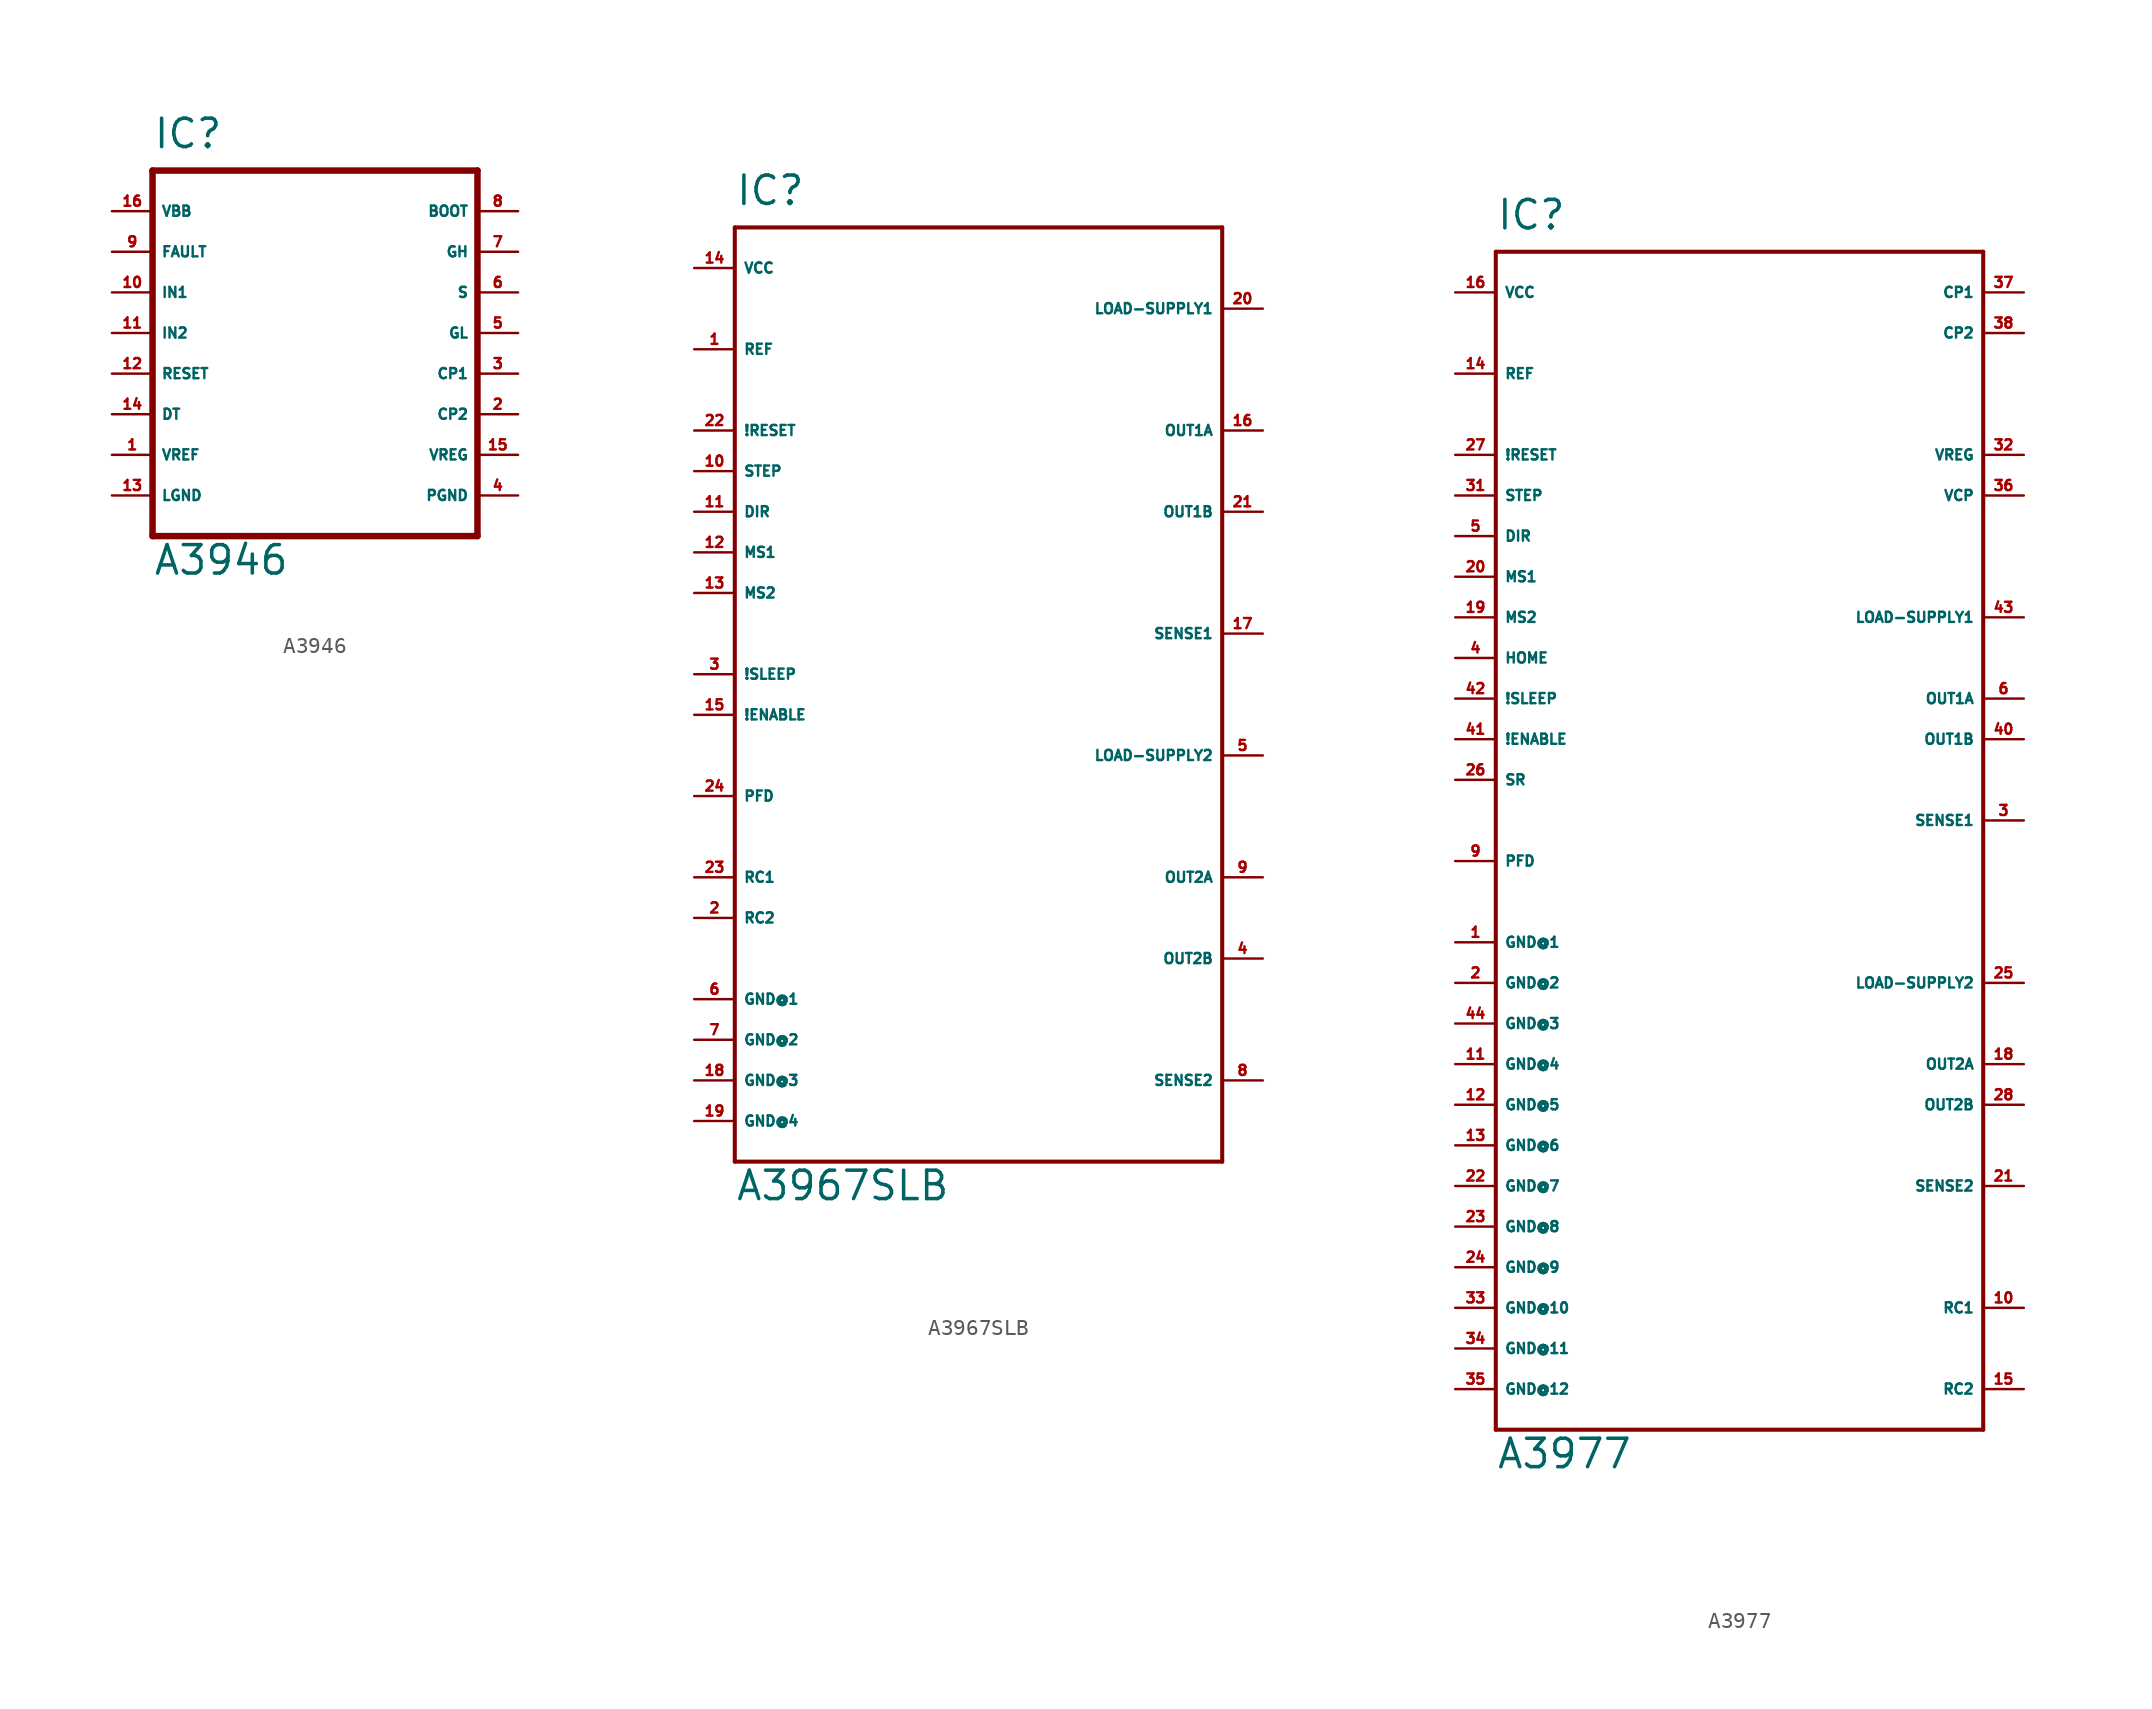
<source format=kicad_sym>
(kicad_symbol_lib
  (version 20220914)
  (generator Eagle2Kicad)
  (symbol "A3946"
    (property "Reference" "IC"
      (at -10.16 11.43 0)
      (effects (font (size 1.778 1.778) (thickness 0.22)) (justify left bottom)))
    (property "Value" "A3946"
      (at -10.16 -15.24 0)
      (effects (font (size 1.778 1.778) (thickness 0.22)) (justify left bottom)))
    (polyline
      (pts (xy -10.16 10.16) (xy 10.16 10.16))
      (stroke (width 0.406) (type default))
      (fill (type none)))
    (polyline
      (pts (xy 10.16 10.16) (xy 10.16 -12.7))
      (stroke (width 0.406) (type default))
      (fill (type none)))
    (polyline
      (pts (xy 10.16 -12.7) (xy -10.16 -12.7))
      (stroke (width 0.406) (type default))
      (fill (type none)))
    (polyline
      (pts (xy -10.16 -12.7) (xy -10.16 10.16))
      (stroke (width 0.406) (type default))
      (fill (type none)))
    (pin input line
      (at -12.7 7.62 0)
      (length 2.54)
      (name "VBB" (effects (font (size 0.635 0.635) (thickness 0.08)) (justify left bottom)))
      (number "16" (effects (font (size 0.635 0.635) (thickness 0.08)) (justify left bottom))))
    (pin output line
      (at -12.7 5.08 0)
      (length 2.54)
      (name "FAULT" (effects (font (size 0.635 0.635) (thickness 0.08)) (justify left bottom)))
      (number "9" (effects (font (size 0.635 0.635) (thickness 0.08)) (justify left bottom))))
    (pin input line
      (at -12.7 2.54 0)
      (length 2.54)
      (name "IN1" (effects (font (size 0.635 0.635) (thickness 0.08)) (justify left bottom)))
      (number "10" (effects (font (size 0.635 0.635) (thickness 0.08)) (justify left bottom))))
    (pin input line
      (at -12.7 0 0)
      (length 2.54)
      (name "IN2" (effects (font (size 0.635 0.635) (thickness 0.08)) (justify left bottom)))
      (number "11" (effects (font (size 0.635 0.635) (thickness 0.08)) (justify left bottom))))
    (pin input line
      (at -12.7 -2.54 0)
      (length 2.54)
      (name "RESET" (effects (font (size 0.635 0.635) (thickness 0.08)) (justify left bottom)))
      (number "12" (effects (font (size 0.635 0.635) (thickness 0.08)) (justify left bottom))))
    (pin passive line
      (at -12.7 -5.08 0)
      (length 2.54)
      (name "DT" (effects (font (size 0.635 0.635) (thickness 0.08)) (justify left bottom)))
      (number "14" (effects (font (size 0.635 0.635) (thickness 0.08)) (justify left bottom))))
    (pin passive line
      (at -12.7 -7.62 0)
      (length 2.54)
      (name "VREF" (effects (font (size 0.635 0.635) (thickness 0.08)) (justify left bottom)))
      (number "1" (effects (font (size 0.635 0.635) (thickness 0.08)) (justify left bottom))))
    (pin unspecified line
      (at 12.7 -10.16 180)
      (length 2.54)
      (name "PGND" (effects (font (size 0.635 0.635) (thickness 0.08)) (justify left bottom)))
      (number "4" (effects (font (size 0.635 0.635) (thickness 0.08)) (justify left bottom))))
    (pin unspecified line
      (at -12.7 -10.16 0)
      (length 2.54)
      (name "LGND" (effects (font (size 0.635 0.635) (thickness 0.08)) (justify left bottom)))
      (number "13" (effects (font (size 0.635 0.635) (thickness 0.08)) (justify left bottom))))
    (pin passive line
      (at 12.7 -7.62 180)
      (length 2.54)
      (name "VREG" (effects (font (size 0.635 0.635) (thickness 0.08)) (justify left bottom)))
      (number "15" (effects (font (size 0.635 0.635) (thickness 0.08)) (justify left bottom))))
    (pin passive line
      (at 12.7 -2.54 180)
      (length 2.54)
      (name "CP1" (effects (font (size 0.635 0.635) (thickness 0.08)) (justify left bottom)))
      (number "3" (effects (font (size 0.635 0.635) (thickness 0.08)) (justify left bottom))))
    (pin passive line
      (at 12.7 -5.08 180)
      (length 2.54)
      (name "CP2" (effects (font (size 0.635 0.635) (thickness 0.08)) (justify left bottom)))
      (number "2" (effects (font (size 0.635 0.635) (thickness 0.08)) (justify left bottom))))
    (pin output line
      (at 12.7 0 180)
      (length 2.54)
      (name "GL" (effects (font (size 0.635 0.635) (thickness 0.08)) (justify left bottom)))
      (number "5" (effects (font (size 0.635 0.635) (thickness 0.08)) (justify left bottom))))
    (pin output line
      (at 12.7 5.08 180)
      (length 2.54)
      (name "GH" (effects (font (size 0.635 0.635) (thickness 0.08)) (justify left bottom)))
      (number "7" (effects (font (size 0.635 0.635) (thickness 0.08)) (justify left bottom))))
    (pin input line
      (at 12.7 7.62 180)
      (length 2.54)
      (name "BOOT" (effects (font (size 0.635 0.635) (thickness 0.08)) (justify left bottom)))
      (number "8" (effects (font (size 0.635 0.635) (thickness 0.08)) (justify left bottom))))
    (pin input line
      (at 12.7 2.54 180)
      (length 2.54)
      (name "S" (effects (font (size 0.635 0.635) (thickness 0.08)) (justify left bottom)))
      (number "6" (effects (font (size 0.635 0.635) (thickness 0.08)) (justify left bottom)))))
  (symbol "A3967SLB"
    (property "Reference" "IC"
      (at -15.24 29.21 0)
      (effects (font (size 1.778 1.778) (thickness 0.22)) (justify left bottom)))
    (property "Value" "A3967SLB"
      (at -15.24 -33.02 0)
      (effects (font (size 1.778 1.778) (thickness 0.22)) (justify left bottom)))
    (polyline
      (pts (xy -15.24 27.94) (xy 15.24 27.94))
      (stroke (width 0.254) (type default))
      (fill (type none)))
    (polyline
      (pts (xy 15.24 27.94) (xy 15.24 -30.48))
      (stroke (width 0.254) (type default))
      (fill (type none)))
    (polyline
      (pts (xy 15.24 -30.48) (xy -15.24 -30.48))
      (stroke (width 0.254) (type default))
      (fill (type none)))
    (polyline
      (pts (xy -15.24 -30.48) (xy -15.24 27.94))
      (stroke (width 0.254) (type default))
      (fill (type none)))
    (pin input line
      (at -17.78 20.32 0)
      (length 2.54)
      (name "REF" (effects (font (size 0.635 0.635) (thickness 0.08)) (justify left bottom)))
      (number "1" (effects (font (size 0.635 0.635) (thickness 0.08)) (justify left bottom))))
    (pin input line
      (at -17.78 -12.7 0)
      (length 2.54)
      (name "RC1" (effects (font (size 0.635 0.635) (thickness 0.08)) (justify left bottom)))
      (number "23" (effects (font (size 0.635 0.635) (thickness 0.08)) (justify left bottom))))
    (pin input line
      (at -17.78 -15.24 0)
      (length 2.54)
      (name "RC2" (effects (font (size 0.635 0.635) (thickness 0.08)) (justify left bottom)))
      (number "2" (effects (font (size 0.635 0.635) (thickness 0.08)) (justify left bottom))))
    (pin input line
      (at -17.78 -7.62 0)
      (length 2.54)
      (name "PFD" (effects (font (size 0.635 0.635) (thickness 0.08)) (justify left bottom)))
      (number "24" (effects (font (size 0.635 0.635) (thickness 0.08)) (justify left bottom))))
    (pin input line
      (at -17.78 0 0)
      (length 2.54)
      (name "!SLEEP" (effects (font (size 0.635 0.635) (thickness 0.08)) (justify left bottom)))
      (number "3" (effects (font (size 0.635 0.635) (thickness 0.08)) (justify left bottom))))
    (pin input line
      (at -17.78 15.24 0)
      (length 2.54)
      (name "!RESET" (effects (font (size 0.635 0.635) (thickness 0.08)) (justify left bottom)))
      (number "22" (effects (font (size 0.635 0.635) (thickness 0.08)) (justify left bottom))))
    (pin input line
      (at 17.78 2.54 180)
      (length 2.54)
      (name "SENSE1" (effects (font (size 0.635 0.635) (thickness 0.08)) (justify left bottom)))
      (number "17" (effects (font (size 0.635 0.635) (thickness 0.08)) (justify left bottom))))
    (pin input line
      (at 17.78 -25.4 180)
      (length 2.54)
      (name "SENSE2" (effects (font (size 0.635 0.635) (thickness 0.08)) (justify left bottom)))
      (number "8" (effects (font (size 0.635 0.635) (thickness 0.08)) (justify left bottom))))
    (pin input line
      (at -17.78 12.7 0)
      (length 2.54)
      (name "STEP" (effects (font (size 0.635 0.635) (thickness 0.08)) (justify left bottom)))
      (number "10" (effects (font (size 0.635 0.635) (thickness 0.08)) (justify left bottom))))
    (pin input line
      (at -17.78 10.16 0)
      (length 2.54)
      (name "DIR" (effects (font (size 0.635 0.635) (thickness 0.08)) (justify left bottom)))
      (number "11" (effects (font (size 0.635 0.635) (thickness 0.08)) (justify left bottom))))
    (pin input line
      (at -17.78 7.62 0)
      (length 2.54)
      (name "MS1" (effects (font (size 0.635 0.635) (thickness 0.08)) (justify left bottom)))
      (number "12" (effects (font (size 0.635 0.635) (thickness 0.08)) (justify left bottom))))
    (pin input line
      (at -17.78 5.08 0)
      (length 2.54)
      (name "MS2" (effects (font (size 0.635 0.635) (thickness 0.08)) (justify left bottom)))
      (number "13" (effects (font (size 0.635 0.635) (thickness 0.08)) (justify left bottom))))
    (pin input line
      (at -17.78 -2.54 0)
      (length 2.54)
      (name "!ENABLE" (effects (font (size 0.635 0.635) (thickness 0.08)) (justify left bottom)))
      (number "15" (effects (font (size 0.635 0.635) (thickness 0.08)) (justify left bottom))))
    (pin unspecified line
      (at -17.78 25.4 0)
      (length 2.54)
      (name "VCC" (effects (font (size 0.635 0.635) (thickness 0.08)) (justify left bottom)))
      (number "14" (effects (font (size 0.635 0.635) (thickness 0.08)) (justify left bottom))))
    (pin input line
      (at 17.78 22.86 180)
      (length 2.54)
      (name "LOAD-SUPPLY1" (effects (font (size 0.635 0.635) (thickness 0.08)) (justify left bottom)))
      (number "20" (effects (font (size 0.635 0.635) (thickness 0.08)) (justify left bottom))))
    (pin input line
      (at 17.78 -5.08 180)
      (length 2.54)
      (name "LOAD-SUPPLY2" (effects (font (size 0.635 0.635) (thickness 0.08)) (justify left bottom)))
      (number "5" (effects (font (size 0.635 0.635) (thickness 0.08)) (justify left bottom))))
    (pin output line
      (at 17.78 15.24 180)
      (length 2.54)
      (name "OUT1A" (effects (font (size 0.635 0.635) (thickness 0.08)) (justify left bottom)))
      (number "16" (effects (font (size 0.635 0.635) (thickness 0.08)) (justify left bottom))))
    (pin output line
      (at 17.78 10.16 180)
      (length 2.54)
      (name "OUT1B" (effects (font (size 0.635 0.635) (thickness 0.08)) (justify left bottom)))
      (number "21" (effects (font (size 0.635 0.635) (thickness 0.08)) (justify left bottom))))
    (pin output line
      (at 17.78 -12.7 180)
      (length 2.54)
      (name "OUT2A" (effects (font (size 0.635 0.635) (thickness 0.08)) (justify left bottom)))
      (number "9" (effects (font (size 0.635 0.635) (thickness 0.08)) (justify left bottom))))
    (pin output line
      (at 17.78 -17.78 180)
      (length 2.54)
      (name "OUT2B" (effects (font (size 0.635 0.635) (thickness 0.08)) (justify left bottom)))
      (number "4" (effects (font (size 0.635 0.635) (thickness 0.08)) (justify left bottom))))
    (pin unspecified line
      (at -17.78 -20.32 0)
      (length 2.54)
      (name "GND@1" (effects (font (size 0.635 0.635) (thickness 0.08)) (justify left bottom)))
      (number "6" (effects (font (size 0.635 0.635) (thickness 0.08)) (justify left bottom))))
    (pin unspecified line
      (at -17.78 -22.86 0)
      (length 2.54)
      (name "GND@2" (effects (font (size 0.635 0.635) (thickness 0.08)) (justify left bottom)))
      (number "7" (effects (font (size 0.635 0.635) (thickness 0.08)) (justify left bottom))))
    (pin unspecified line
      (at -17.78 -25.4 0)
      (length 2.54)
      (name "GND@3" (effects (font (size 0.635 0.635) (thickness 0.08)) (justify left bottom)))
      (number "18" (effects (font (size 0.635 0.635) (thickness 0.08)) (justify left bottom))))
    (pin unspecified line
      (at -17.78 -27.94 0)
      (length 2.54)
      (name "GND@4" (effects (font (size 0.635 0.635) (thickness 0.08)) (justify left bottom)))
      (number "19" (effects (font (size 0.635 0.635) (thickness 0.08)) (justify left bottom)))))
  (symbol "A3977"
    (property "Reference" "IC"
      (at -15.24 39.37 0)
      (effects (font (size 1.778 1.778) (thickness 0.22)) (justify left bottom)))
    (property "Value" "A3977"
      (at -15.24 -38.1 0)
      (effects (font (size 1.778 1.778) (thickness 0.22)) (justify left bottom)))
    (polyline
      (pts (xy -15.24 38.1) (xy 15.24 38.1))
      (stroke (width 0.254) (type default))
      (fill (type none)))
    (polyline
      (pts (xy 15.24 38.1) (xy 15.24 -35.56))
      (stroke (width 0.254) (type default))
      (fill (type none)))
    (polyline
      (pts (xy 15.24 -35.56) (xy -15.24 -35.56))
      (stroke (width 0.254) (type default))
      (fill (type none)))
    (polyline
      (pts (xy -15.24 -35.56) (xy -15.24 38.1))
      (stroke (width 0.254) (type default))
      (fill (type none)))
    (pin input line
      (at -17.78 30.48 0)
      (length 2.54)
      (name "REF" (effects (font (size 0.635 0.635) (thickness 0.08)) (justify left bottom)))
      (number "14" (effects (font (size 0.635 0.635) (thickness 0.08)) (justify left bottom))))
    (pin input line
      (at 17.78 -27.94 180)
      (length 2.54)
      (name "RC1" (effects (font (size 0.635 0.635) (thickness 0.08)) (justify left bottom)))
      (number "10" (effects (font (size 0.635 0.635) (thickness 0.08)) (justify left bottom))))
    (pin input line
      (at 17.78 -33.02 180)
      (length 2.54)
      (name "RC2" (effects (font (size 0.635 0.635) (thickness 0.08)) (justify left bottom)))
      (number "15" (effects (font (size 0.635 0.635) (thickness 0.08)) (justify left bottom))))
    (pin input line
      (at -17.78 0 0)
      (length 2.54)
      (name "PFD" (effects (font (size 0.635 0.635) (thickness 0.08)) (justify left bottom)))
      (number "9" (effects (font (size 0.635 0.635) (thickness 0.08)) (justify left bottom))))
    (pin input line
      (at -17.78 10.16 0)
      (length 2.54)
      (name "!SLEEP" (effects (font (size 0.635 0.635) (thickness 0.08)) (justify left bottom)))
      (number "42" (effects (font (size 0.635 0.635) (thickness 0.08)) (justify left bottom))))
    (pin input line
      (at -17.78 25.4 0)
      (length 2.54)
      (name "!RESET" (effects (font (size 0.635 0.635) (thickness 0.08)) (justify left bottom)))
      (number "27" (effects (font (size 0.635 0.635) (thickness 0.08)) (justify left bottom))))
    (pin input line
      (at 17.78 2.54 180)
      (length 2.54)
      (name "SENSE1" (effects (font (size 0.635 0.635) (thickness 0.08)) (justify left bottom)))
      (number "3" (effects (font (size 0.635 0.635) (thickness 0.08)) (justify left bottom))))
    (pin input line
      (at 17.78 -20.32 180)
      (length 2.54)
      (name "SENSE2" (effects (font (size 0.635 0.635) (thickness 0.08)) (justify left bottom)))
      (number "21" (effects (font (size 0.635 0.635) (thickness 0.08)) (justify left bottom))))
    (pin input line
      (at -17.78 22.86 0)
      (length 2.54)
      (name "STEP" (effects (font (size 0.635 0.635) (thickness 0.08)) (justify left bottom)))
      (number "31" (effects (font (size 0.635 0.635) (thickness 0.08)) (justify left bottom))))
    (pin input line
      (at -17.78 20.32 0)
      (length 2.54)
      (name "DIR" (effects (font (size 0.635 0.635) (thickness 0.08)) (justify left bottom)))
      (number "5" (effects (font (size 0.635 0.635) (thickness 0.08)) (justify left bottom))))
    (pin input line
      (at -17.78 17.78 0)
      (length 2.54)
      (name "MS1" (effects (font (size 0.635 0.635) (thickness 0.08)) (justify left bottom)))
      (number "20" (effects (font (size 0.635 0.635) (thickness 0.08)) (justify left bottom))))
    (pin input line
      (at -17.78 15.24 0)
      (length 2.54)
      (name "MS2" (effects (font (size 0.635 0.635) (thickness 0.08)) (justify left bottom)))
      (number "19" (effects (font (size 0.635 0.635) (thickness 0.08)) (justify left bottom))))
    (pin input line
      (at -17.78 7.62 0)
      (length 2.54)
      (name "!ENABLE" (effects (font (size 0.635 0.635) (thickness 0.08)) (justify left bottom)))
      (number "41" (effects (font (size 0.635 0.635) (thickness 0.08)) (justify left bottom))))
    (pin unspecified line
      (at -17.78 35.56 0)
      (length 2.54)
      (name "VCC" (effects (font (size 0.635 0.635) (thickness 0.08)) (justify left bottom)))
      (number "16" (effects (font (size 0.635 0.635) (thickness 0.08)) (justify left bottom))))
    (pin input line
      (at 17.78 15.24 180)
      (length 2.54)
      (name "LOAD-SUPPLY1" (effects (font (size 0.635 0.635) (thickness 0.08)) (justify left bottom)))
      (number "43" (effects (font (size 0.635 0.635) (thickness 0.08)) (justify left bottom))))
    (pin input line
      (at 17.78 -7.62 180)
      (length 2.54)
      (name "LOAD-SUPPLY2" (effects (font (size 0.635 0.635) (thickness 0.08)) (justify left bottom)))
      (number "25" (effects (font (size 0.635 0.635) (thickness 0.08)) (justify left bottom))))
    (pin output line
      (at 17.78 10.16 180)
      (length 2.54)
      (name "OUT1A" (effects (font (size 0.635 0.635) (thickness 0.08)) (justify left bottom)))
      (number "6" (effects (font (size 0.635 0.635) (thickness 0.08)) (justify left bottom))))
    (pin output line
      (at 17.78 7.62 180)
      (length 2.54)
      (name "OUT1B" (effects (font (size 0.635 0.635) (thickness 0.08)) (justify left bottom)))
      (number "40" (effects (font (size 0.635 0.635) (thickness 0.08)) (justify left bottom))))
    (pin output line
      (at 17.78 -12.7 180)
      (length 2.54)
      (name "OUT2A" (effects (font (size 0.635 0.635) (thickness 0.08)) (justify left bottom)))
      (number "18" (effects (font (size 0.635 0.635) (thickness 0.08)) (justify left bottom))))
    (pin output line
      (at 17.78 -15.24 180)
      (length 2.54)
      (name "OUT2B" (effects (font (size 0.635 0.635) (thickness 0.08)) (justify left bottom)))
      (number "28" (effects (font (size 0.635 0.635) (thickness 0.08)) (justify left bottom))))
    (pin unspecified line
      (at -17.78 -5.08 0)
      (length 2.54)
      (name "GND@1" (effects (font (size 0.635 0.635) (thickness 0.08)) (justify left bottom)))
      (number "1" (effects (font (size 0.635 0.635) (thickness 0.08)) (justify left bottom))))
    (pin unspecified line
      (at -17.78 -7.62 0)
      (length 2.54)
      (name "GND@2" (effects (font (size 0.635 0.635) (thickness 0.08)) (justify left bottom)))
      (number "2" (effects (font (size 0.635 0.635) (thickness 0.08)) (justify left bottom))))
    (pin unspecified line
      (at -17.78 -10.16 0)
      (length 2.54)
      (name "GND@3" (effects (font (size 0.635 0.635) (thickness 0.08)) (justify left bottom)))
      (number "44" (effects (font (size 0.635 0.635) (thickness 0.08)) (justify left bottom))))
    (pin unspecified line
      (at -17.78 -12.7 0)
      (length 2.54)
      (name "GND@4" (effects (font (size 0.635 0.635) (thickness 0.08)) (justify left bottom)))
      (number "11" (effects (font (size 0.635 0.635) (thickness 0.08)) (justify left bottom))))
    (pin input line
      (at -17.78 12.7 0)
      (length 2.54)
      (name "HOME" (effects (font (size 0.635 0.635) (thickness 0.08)) (justify left bottom)))
      (number "4" (effects (font (size 0.635 0.635) (thickness 0.08)) (justify left bottom))))
    (pin input line
      (at 17.78 22.86 180)
      (length 2.54)
      (name "VCP" (effects (font (size 0.635 0.635) (thickness 0.08)) (justify left bottom)))
      (number "36" (effects (font (size 0.635 0.635) (thickness 0.08)) (justify left bottom))))
    (pin input line
      (at 17.78 25.4 180)
      (length 2.54)
      (name "VREG" (effects (font (size 0.635 0.635) (thickness 0.08)) (justify left bottom)))
      (number "32" (effects (font (size 0.635 0.635) (thickness 0.08)) (justify left bottom))))
    (pin input line
      (at -17.78 5.08 0)
      (length 2.54)
      (name "SR" (effects (font (size 0.635 0.635) (thickness 0.08)) (justify left bottom)))
      (number "26" (effects (font (size 0.635 0.635) (thickness 0.08)) (justify left bottom))))
    (pin input line
      (at 17.78 35.56 180)
      (length 2.54)
      (name "CP1" (effects (font (size 0.635 0.635) (thickness 0.08)) (justify left bottom)))
      (number "37" (effects (font (size 0.635 0.635) (thickness 0.08)) (justify left bottom))))
    (pin input line
      (at 17.78 33.02 180)
      (length 2.54)
      (name "CP2" (effects (font (size 0.635 0.635) (thickness 0.08)) (justify left bottom)))
      (number "38" (effects (font (size 0.635 0.635) (thickness 0.08)) (justify left bottom))))
    (pin unspecified line
      (at -17.78 -15.24 0)
      (length 2.54)
      (name "GND@5" (effects (font (size 0.635 0.635) (thickness 0.08)) (justify left bottom)))
      (number "12" (effects (font (size 0.635 0.635) (thickness 0.08)) (justify left bottom))))
    (pin unspecified line
      (at -17.78 -17.78 0)
      (length 2.54)
      (name "GND@6" (effects (font (size 0.635 0.635) (thickness 0.08)) (justify left bottom)))
      (number "13" (effects (font (size 0.635 0.635) (thickness 0.08)) (justify left bottom))))
    (pin unspecified line
      (at -17.78 -20.32 0)
      (length 2.54)
      (name "GND@7" (effects (font (size 0.635 0.635) (thickness 0.08)) (justify left bottom)))
      (number "22" (effects (font (size 0.635 0.635) (thickness 0.08)) (justify left bottom))))
    (pin unspecified line
      (at -17.78 -22.86 0)
      (length 2.54)
      (name "GND@8" (effects (font (size 0.635 0.635) (thickness 0.08)) (justify left bottom)))
      (number "23" (effects (font (size 0.635 0.635) (thickness 0.08)) (justify left bottom))))
    (pin unspecified line
      (at -17.78 -25.4 0)
      (length 2.54)
      (name "GND@9" (effects (font (size 0.635 0.635) (thickness 0.08)) (justify left bottom)))
      (number "24" (effects (font (size 0.635 0.635) (thickness 0.08)) (justify left bottom))))
    (pin unspecified line
      (at -17.78 -27.94 0)
      (length 2.54)
      (name "GND@10" (effects (font (size 0.635 0.635) (thickness 0.08)) (justify left bottom)))
      (number "33" (effects (font (size 0.635 0.635) (thickness 0.08)) (justify left bottom))))
    (pin unspecified line
      (at -17.78 -30.48 0)
      (length 2.54)
      (name "GND@11" (effects (font (size 0.635 0.635) (thickness 0.08)) (justify left bottom)))
      (number "34" (effects (font (size 0.635 0.635) (thickness 0.08)) (justify left bottom))))
    (pin unspecified line
      (at -17.78 -33.02 0)
      (length 2.54)
      (name "GND@12" (effects (font (size 0.635 0.635) (thickness 0.08)) (justify left bottom)))
      (number "35" (effects (font (size 0.635 0.635) (thickness 0.08)) (justify left bottom))))))
</source>
